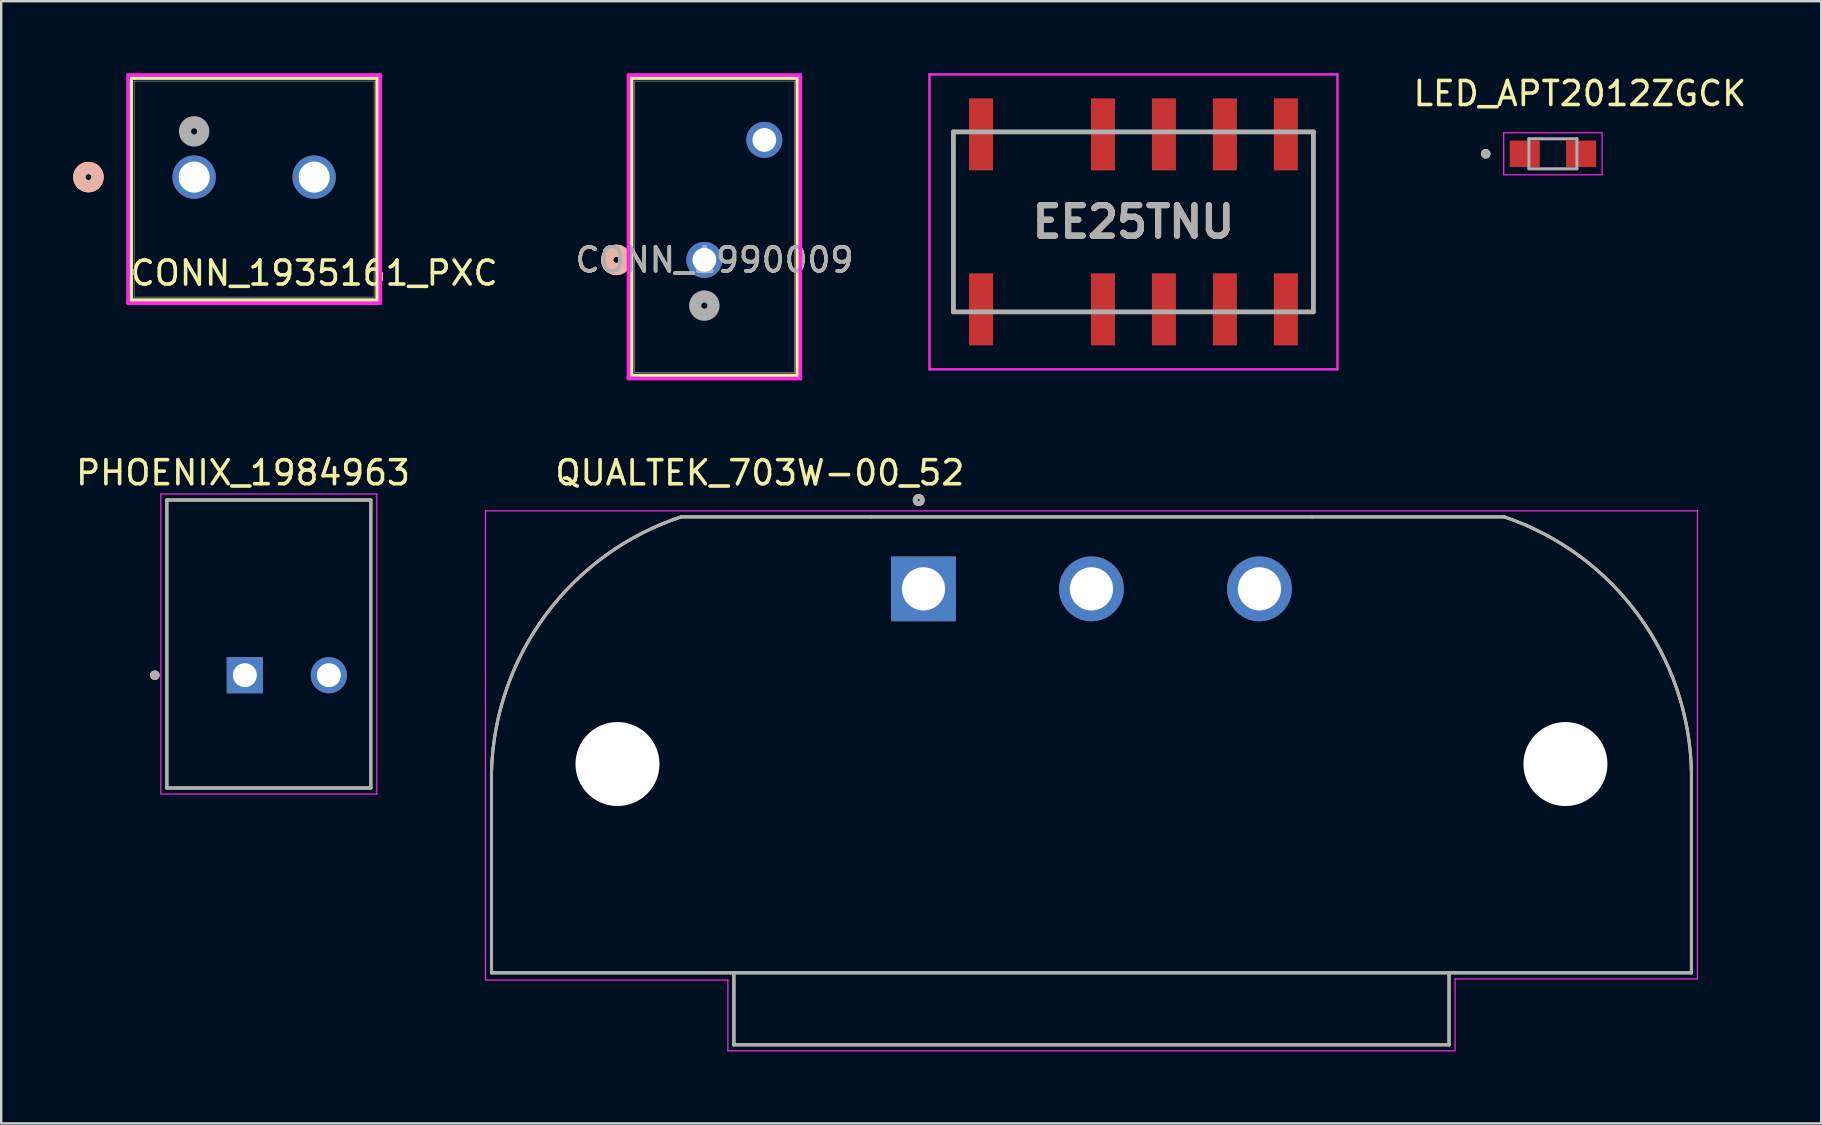
<source format=kicad_pcb>
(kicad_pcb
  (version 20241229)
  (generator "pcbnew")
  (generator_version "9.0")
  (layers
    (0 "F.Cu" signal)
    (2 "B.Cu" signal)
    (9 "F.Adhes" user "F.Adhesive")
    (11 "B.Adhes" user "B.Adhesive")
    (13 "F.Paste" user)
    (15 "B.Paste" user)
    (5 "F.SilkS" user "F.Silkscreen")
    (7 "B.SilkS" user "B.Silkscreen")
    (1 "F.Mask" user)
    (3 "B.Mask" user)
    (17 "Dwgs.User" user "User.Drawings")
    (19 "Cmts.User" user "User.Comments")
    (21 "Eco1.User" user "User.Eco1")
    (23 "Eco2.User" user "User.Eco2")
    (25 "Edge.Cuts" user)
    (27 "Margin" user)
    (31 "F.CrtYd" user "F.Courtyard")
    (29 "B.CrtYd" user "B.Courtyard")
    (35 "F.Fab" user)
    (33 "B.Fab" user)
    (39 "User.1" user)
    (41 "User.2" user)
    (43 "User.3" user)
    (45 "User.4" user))
  (footprint "PHOENIX_1984963"
    (layer "F.Cu")
    (at 8.152 24.035)
    (property "Reference" "PHOENIX_1984963" (at -1.075 -7.385 0) (layer "F.SilkS") (effects (font (size 1 1) (thickness 0.15))))
    (attr through_hole)
    (fp_line (start -4.25 -6.25) (end -4.25 5.75) (stroke (width 0.127) (type solid)) (layer "F.SilkS"))
    (fp_line (start -4.25 5.75) (end 4.25 5.75) (stroke (width 0.127) (type solid)) (layer "F.SilkS"))
    (fp_line (start 4.25 -6.25) (end -4.25 -6.25) (stroke (width 0.127) (type solid)) (layer "F.SilkS"))
    (fp_line (start 4.25 5.75) (end 4.25 -6.25) (stroke (width 0.127) (type solid)) (layer "F.SilkS"))
    (fp_circle (center -4.75 1.05) (end -4.65 1.05) (stroke (width 0.2) (type solid)) (fill no) (layer "F.SilkS"))
    (fp_line (start -4.5 -6.5) (end -4.5 6) (stroke (width 0.05) (type solid)) (layer "F.CrtYd"))
    (fp_line (start -4.5 6) (end 4.5 6) (stroke (width 0.05) (type solid)) (layer "F.CrtYd"))
    (fp_line (start 4.5 -6.5) (end -4.5 -6.5) (stroke (width 0.05) (type solid)) (layer "F.CrtYd"))
    (fp_line (start 4.5 6) (end 4.5 -6.5) (stroke (width 0.05) (type solid)) (layer "F.CrtYd"))
    (fp_line (start -4.25 -6.25) (end -4.25 5.75) (stroke (width 0.127) (type solid)) (layer "F.Fab"))
    (fp_line (start -4.25 5.75) (end 4.25 5.75) (stroke (width 0.127) (type solid)) (layer "F.Fab"))
    (fp_line (start 4.25 -6.25) (end -4.25 -6.25) (stroke (width 0.127) (type solid)) (layer "F.Fab"))
    (fp_line (start 4.25 5.75) (end 4.25 -6.25) (stroke (width 0.127) (type solid)) (layer "F.Fab"))
    (fp_circle (center -4.75 1.05) (end -4.65 1.05) (stroke (width 0.2) (type solid)) (fill no) (layer "F.Fab"))
    (pad "1" thru_hole rect (at -1 1.05) (size 1.508 1.508) (drill 1) (layers "*.Cu" "*.Mask"))
    (pad "2" thru_hole circle (at 2.5 1.05) (size 1.508 1.508) (drill 1) (layers "*.Cu" "*.Mask")))
  (footprint "LED_APT2012ZGCK"
    (layer "F.Cu")
    (at 61.658 3.358)
    (property "Reference" "LED_APT2012ZGCK" (at 1.125 -2.51 0) (layer "F.SilkS") (effects (font (size 1 1) (thickness 0.15))))
    (attr smd)
    (fp_circle (center -2.8 0) (end -2.7 0) (stroke (width 0.2) (type solid)) (fill no) (layer "F.SilkS"))
    (fp_line (start -2.05 -0.875) (end -2.05 0.875) (stroke (width 0.05) (type solid)) (layer "F.CrtYd"))
    (fp_line (start -2.05 0.875) (end 2.05 0.875) (stroke (width 0.05) (type solid)) (layer "F.CrtYd"))
    (fp_line (start 2.05 -0.875) (end -2.05 -0.875) (stroke (width 0.05) (type solid)) (layer "F.CrtYd"))
    (fp_line (start 2.05 0.875) (end 2.05 -0.875) (stroke (width 0.05) (type solid)) (layer "F.CrtYd"))
    (fp_line (start -1 -0.625) (end 1 -0.625) (stroke (width 0.127) (type solid)) (layer "F.Fab"))
    (fp_line (start -1 0.625) (end -1 -0.625) (stroke (width 0.127) (type solid)) (layer "F.Fab"))
    (fp_line (start 1 -0.625) (end 1 0.625) (stroke (width 0.127) (type solid)) (layer "F.Fab"))
    (fp_line (start 1 0.625) (end -1 0.625) (stroke (width 0.127) (type solid)) (layer "F.Fab"))
    (fp_circle (center -2.8 0) (end -2.7 0) (stroke (width 0.2) (type solid)) (fill no) (layer "F.Fab"))
    (pad "1" smd rect (at -1.175 0) (size 1.25 1.1) (layers "F.Cu" "F.Mask" "F.Paste"))
    (pad "2" smd rect (at 1.175 0) (size 1.25 1.1) (layers "F.Cu" "F.Mask" "F.Paste")))
  (footprint "EE25TNU"
    (layer "F.Cu")
    (at 44.179 6.195)
    (property "Reference" "EE25TNU" (at 0 0 0) (layer "F.SilkS") (effects (font (size 1.27 1.27) (thickness 0.254))))
    (attr smd)
    (fp_line (start -7.5 -3.75) (end -7.5 3.645) (stroke (width 0.1) (type solid)) (layer "F.SilkS"))
    (fp_line (start 7.5 -3.75) (end 7.5 3.645) (stroke (width 0.1) (type solid)) (layer "F.SilkS"))
    (fp_line (start 7.5 3.645) (end 7.5 3.645) (stroke (width 0.1) (type solid)) (layer "F.SilkS"))
    (fp_line (start -8.5 -6.145) (end 8.5 -6.145) (stroke (width 0.1) (type solid)) (layer "F.CrtYd"))
    (fp_line (start -8.5 6.145) (end -8.5 -6.145) (stroke (width 0.1) (type solid)) (layer "F.CrtYd"))
    (fp_line (start 8.5 -6.145) (end 8.5 6.145) (stroke (width 0.1) (type solid)) (layer "F.CrtYd"))
    (fp_line (start 8.5 6.145) (end -8.5 6.145) (stroke (width 0.1) (type solid)) (layer "F.CrtYd"))
    (fp_line (start -7.5 -3.75) (end 7.5 -3.75) (stroke (width 0.2) (type solid)) (layer "F.Fab"))
    (fp_line (start -7.5 3.75) (end -7.5 -3.75) (stroke (width 0.2) (type solid)) (layer "F.Fab"))
    (fp_line (start 7.5 -3.75) (end 7.5 3.75) (stroke (width 0.2) (type solid)) (layer "F.Fab"))
    (fp_line (start 7.5 3.75) (end -7.5 3.75) (stroke (width 0.2) (type solid)) (layer "F.Fab"))
    (fp_text user "${REFERENCE}" (at 0 0 0) (layer "F.Fab") (effects (font (size 1.27 1.27) (thickness 0.254))))
    (pad "1" smd rect (at -6.35 3.645) (size 1 3) (layers "F.Cu" "F.Mask" "F.Paste"))
    (pad "3" smd rect (at -1.27 3.645) (size 1 3) (layers "F.Cu" "F.Mask" "F.Paste"))
    (pad "4" smd rect (at 1.27 3.645) (size 1 3) (layers "F.Cu" "F.Mask" "F.Paste"))
    (pad "5" smd rect (at 3.81 3.645) (size 1 3) (layers "F.Cu" "F.Mask" "F.Paste"))
    (pad "6" smd rect (at 6.35 3.645) (size 1 3) (layers "F.Cu" "F.Mask" "F.Paste"))
    (pad "7" smd rect (at 6.35 -3.645) (size 1 3) (layers "F.Cu" "F.Mask" "F.Paste"))
    (pad "8" smd rect (at 3.81 -3.645) (size 1 3) (layers "F.Cu" "F.Mask" "F.Paste"))
    (pad "9" smd rect (at 1.27 -3.645) (size 1 3) (layers "F.Cu" "F.Mask" "F.Paste"))
    (pad "10" smd rect (at -1.27 -3.645) (size 1 3) (layers "F.Cu" "F.Mask" "F.Paste"))
    (pad "12" smd rect (at -6.35 -3.645) (size 1 3) (layers "F.Cu" "F.Mask" "F.Paste")))
  (footprint "QUALTEK_703W-00_52"
    (layer "F.Cu")
    (at 35.43 21.487)
    (property "Reference" "QUALTEK_703W-00_52" (at -6.819 -4.836 0) (layer "F.SilkS") (effects (font (size 1.002 1.002) (thickness 0.15))))
    (attr through_hole)
    (fp_line (start -18 16) (end -18 7.6) (stroke (width 0.127) (type solid)) (layer "F.SilkS"))
    (fp_line (start -10.1 -3) (end -2.2 -3) (stroke (width 0.127) (type solid)) (layer "F.SilkS"))
    (fp_line (start -7.9 16) (end -18 16) (stroke (width 0.127) (type solid)) (layer "F.SilkS"))
    (fp_line (start -7.9 19) (end -7.9 16) (stroke (width 0.127) (type solid)) (layer "F.SilkS"))
    (fp_line (start 16.2 -3) (end -2.2 -3) (stroke (width 0.127) (type solid)) (layer "F.SilkS"))
    (fp_line (start 21.9 16) (end -7.9 16) (stroke (width 0.127) (type solid)) (layer "F.SilkS"))
    (fp_line (start 21.9 19) (end -7.9 19) (stroke (width 0.127) (type solid)) (layer "F.SilkS"))
    (fp_line (start 21.9 19) (end 21.9 16) (stroke (width 0.127) (type solid)) (layer "F.SilkS"))
    (fp_line (start 24.2 -3) (end 16.2 -3) (stroke (width 0.127) (type solid)) (layer "F.SilkS"))
    (fp_line (start 32 16) (end 21.9 16) (stroke (width 0.127) (type solid)) (layer "F.SilkS"))
    (fp_line (start 32 16) (end 32 7.6) (stroke (width 0.127) (type solid)) (layer "F.SilkS"))
    (fp_arc (start -18.000001 7.6) (mid -15.721084 1.054569) (end -10.1 -3) (stroke (width 0.127) (type solid)) (layer "F.SilkS"))
    (fp_arc (start 24.2 -3) (mid 29.771083 1.070334) (end 32 7.599999) (stroke (width 0.127) (type solid)) (layer "F.SilkS"))
    (fp_circle (center -0.2 -3.7) (end -0.05 -3.7) (stroke (width 0.2) (type solid)) (fill no) (layer "F.SilkS"))
    (fp_line (start -18.25 -3.25) (end 32.25 -3.25) (stroke (width 0.05) (type solid)) (layer "F.CrtYd"))
    (fp_line (start -18.25 16.3) (end -18.25 -3.25) (stroke (width 0.05) (type solid)) (layer "F.CrtYd"))
    (fp_line (start -8.15 16.3) (end -18.25 16.3) (stroke (width 0.05) (type solid)) (layer "F.CrtYd"))
    (fp_line (start -8.15 19.25) (end -8.15 16.3) (stroke (width 0.05) (type solid)) (layer "F.CrtYd"))
    (fp_line (start 22.15 16.25) (end 22.15 19.25) (stroke (width 0.05) (type solid)) (layer "F.CrtYd"))
    (fp_line (start 22.15 19.25) (end -8.15 19.25) (stroke (width 0.05) (type solid)) (layer "F.CrtYd"))
    (fp_line (start 32.25 -3.25) (end 32.25 16.25) (stroke (width 0.05) (type solid)) (layer "F.CrtYd"))
    (fp_line (start 32.25 16.25) (end 22.15 16.25) (stroke (width 0.05) (type solid)) (layer "F.CrtYd"))
    (fp_line (start -18 16) (end -18 7.6) (stroke (width 0.127) (type solid)) (layer "F.Fab"))
    (fp_line (start -10.1 -3) (end -2.2 -3) (stroke (width 0.127) (type solid)) (layer "F.Fab"))
    (fp_line (start -7.9 16) (end -18 16) (stroke (width 0.127) (type solid)) (layer "F.Fab"))
    (fp_line (start -7.9 19) (end -7.9 16) (stroke (width 0.127) (type solid)) (layer "F.Fab"))
    (fp_line (start 16.2 -3) (end -2.2 -3) (stroke (width 0.127) (type solid)) (layer "F.Fab"))
    (fp_line (start 21.9 16) (end -7.9 16) (stroke (width 0.127) (type solid)) (layer "F.Fab"))
    (fp_line (start 21.9 19) (end -7.9 19) (stroke (width 0.127) (type solid)) (layer "F.Fab"))
    (fp_line (start 21.9 19) (end 21.9 16) (stroke (width 0.127) (type solid)) (layer "F.Fab"))
    (fp_line (start 24.2 -3) (end 16.2 -3) (stroke (width 0.127) (type solid)) (layer "F.Fab"))
    (fp_line (start 32 16) (end 21.9 16) (stroke (width 0.127) (type solid)) (layer "F.Fab"))
    (fp_line (start 32 16) (end 32 7.6) (stroke (width 0.127) (type solid)) (layer "F.Fab"))
    (fp_arc (start -18.000001 7.6) (mid -15.721084 1.054569) (end -10.1 -3) (stroke (width 0.127) (type solid)) (layer "F.Fab"))
    (fp_arc (start 24.2 -3) (mid 29.771083 1.070334) (end 32 7.599999) (stroke (width 0.127) (type solid)) (layer "F.Fab"))
    (fp_circle (center -0.2 -3.7) (end -0.05 -3.7) (stroke (width 0.2) (type solid)) (fill no) (layer "F.Fab"))
    (pad "" np_thru_hole circle (at -12.75 7.3) (size 3.5 3.5) (drill 3.5) (layers "*.Cu" "*.Mask"))
    (pad "" np_thru_hole circle (at 26.75 7.3) (size 3.5 3.5) (drill 3.5) (layers "*.Cu" "*.Mask"))
    (pad "1" thru_hole rect (at 0 0) (size 2.7 2.7) (drill 1.8) (layers "*.Cu" "*.Mask"))
    (pad "2" thru_hole circle (at 7 0) (size 2.7 2.7) (drill 1.8) (layers "*.Cu" "*.Mask"))
    (pad "3" thru_hole circle (at 14 0) (size 2.7 2.7) (drill 1.8) (layers "*.Cu" "*.Mask")))
  (footprint "CONN_1990009"
    (layer "F.Cu")
    (at 27.139 7.78)
    (property "Reference" "CONN_1990009" (at -0.42 0 0) (unlocked yes) (layer "F.SilkS") (effects (font (size 1 1) (thickness 0.15))))
    (attr through_hole)
    (fp_line (start -3.874 -7.577) (end -3.874 4.818) (stroke (width 0.152) (type solid)) (layer "F.SilkS"))
    (fp_line (start -3.874 4.818) (end 3.034 4.818) (stroke (width 0.152) (type solid)) (layer "F.SilkS"))
    (fp_line (start 3.034 -7.577) (end -3.874 -7.577) (stroke (width 0.152) (type solid)) (layer "F.SilkS"))
    (fp_line (start 3.034 4.818) (end 3.034 -7.577) (stroke (width 0.152) (type solid)) (layer "F.SilkS"))
    (fp_circle (center -4.509 0) (end -4.128 0) (stroke (width 0.508) (type solid)) (fill no) (layer "F.SilkS"))
    (fp_circle (center -4.509 0) (end -4.128 0) (stroke (width 0.508) (type solid)) (fill no) (layer "B.SilkS"))
    (fp_line (start -4.001 -7.704) (end -4.001 4.945) (stroke (width 0.152) (type solid)) (layer "F.CrtYd"))
    (fp_line (start -4.001 4.945) (end 3.161 4.945) (stroke (width 0.152) (type solid)) (layer "F.CrtYd"))
    (fp_line (start 3.161 -7.704) (end -4.001 -7.704) (stroke (width 0.152) (type solid)) (layer "F.CrtYd"))
    (fp_line (start 3.161 4.945) (end 3.161 -7.704) (stroke (width 0.152) (type solid)) (layer "F.CrtYd"))
    (fp_line (start -3.747 -7.45) (end -3.747 4.691) (stroke (width 0.025) (type solid)) (layer "F.Fab"))
    (fp_line (start -3.747 4.691) (end 2.907 4.691) (stroke (width 0.025) (type solid)) (layer "F.Fab"))
    (fp_line (start 2.907 -7.45) (end -3.747 -7.45) (stroke (width 0.025) (type solid)) (layer "F.Fab"))
    (fp_line (start 2.907 4.691) (end 2.907 -7.45) (stroke (width 0.025) (type solid)) (layer "F.Fab"))
    (fp_circle (center -0.84 1.905) (end -0.459 1.905) (stroke (width 0.508) (type solid)) (fill no) (layer "F.Fab"))
    (fp_text user "${REFERENCE}" (at -0.42 0 0) (unlocked yes) (layer "F.Fab") (effects (font (size 1 1) (thickness 0.15))))
    (pad "1" thru_hole circle (at -0.84 0) (size 1.499 1.499) (drill 0.991) (layers "*.Cu" "*.Mask"))
    (pad "2" thru_hole circle (at 1.66 -5) (size 1.499 1.499) (drill 0.991) (layers "*.Cu" "*.Mask")))
  (footprint "CONN_1935161_PXC"
    (layer "F.Cu")
    (at 5.04 4.33)
    (property "Reference" "CONN_1935161_PXC" (at 5 4 0) (unlocked yes) (layer "F.SilkS") (effects (font (size 1 1) (thickness 0.15))))
    (attr through_hole)
    (fp_line (start -2.627 -4.127) (end -2.627 5.127) (stroke (width 0.152) (type solid)) (layer "F.SilkS"))
    (fp_line (start -2.627 5.127) (end 7.627 5.127) (stroke (width 0.152) (type solid)) (layer "F.SilkS"))
    (fp_line (start 7.627 -4.127) (end -2.627 -4.127) (stroke (width 0.152) (type solid)) (layer "F.SilkS"))
    (fp_line (start 7.627 5.127) (end 7.627 -4.127) (stroke (width 0.152) (type solid)) (layer "F.SilkS"))
    (fp_circle (center -4.405 0) (end -4.024 0) (stroke (width 0.508) (type solid)) (fill no) (layer "F.SilkS"))
    (fp_circle (center -4.405 0) (end -4.024 0) (stroke (width 0.508) (type solid)) (fill no) (layer "B.SilkS"))
    (fp_line (start -2.754 -4.254) (end -2.754 5.254) (stroke (width 0.152) (type solid)) (layer "F.CrtYd"))
    (fp_line (start -2.754 5.254) (end 7.754 5.254) (stroke (width 0.152) (type solid)) (layer "F.CrtYd"))
    (fp_line (start 7.754 -4.254) (end -2.754 -4.254) (stroke (width 0.152) (type solid)) (layer "F.CrtYd"))
    (fp_line (start 7.754 5.254) (end 7.754 -4.254) (stroke (width 0.152) (type solid)) (layer "F.CrtYd"))
    (fp_line (start -2.5 -4) (end -2.5 5) (stroke (width 0.025) (type solid)) (layer "F.Fab"))
    (fp_line (start -2.5 5) (end 7.5 5) (stroke (width 0.025) (type solid)) (layer "F.Fab"))
    (fp_line (start 7.5 -4) (end -2.5 -4) (stroke (width 0.025) (type solid)) (layer "F.Fab"))
    (fp_line (start 7.5 5) (end 7.5 -4) (stroke (width 0.025) (type solid)) (layer "F.Fab"))
    (fp_circle (center 0 -1.905) (end 0.381 -1.905) (stroke (width 0.508) (type solid)) (fill no) (layer "F.Fab"))
    (pad "1" thru_hole circle (at 0 0) (size 1.803 1.803) (drill 1.295) (layers "*.Cu" "*.Mask"))
    (pad "2" thru_hole circle (at 5 0) (size 1.803 1.803) (drill 1.295) (layers "*.Cu" "*.Mask")))
  (gr_rect
    (start -3 -3)
    (end 72.836 43.762)
    (stroke (width 0.1) (type default))
    (fill no)
    (layer "Edge.Cuts")))
</source>
